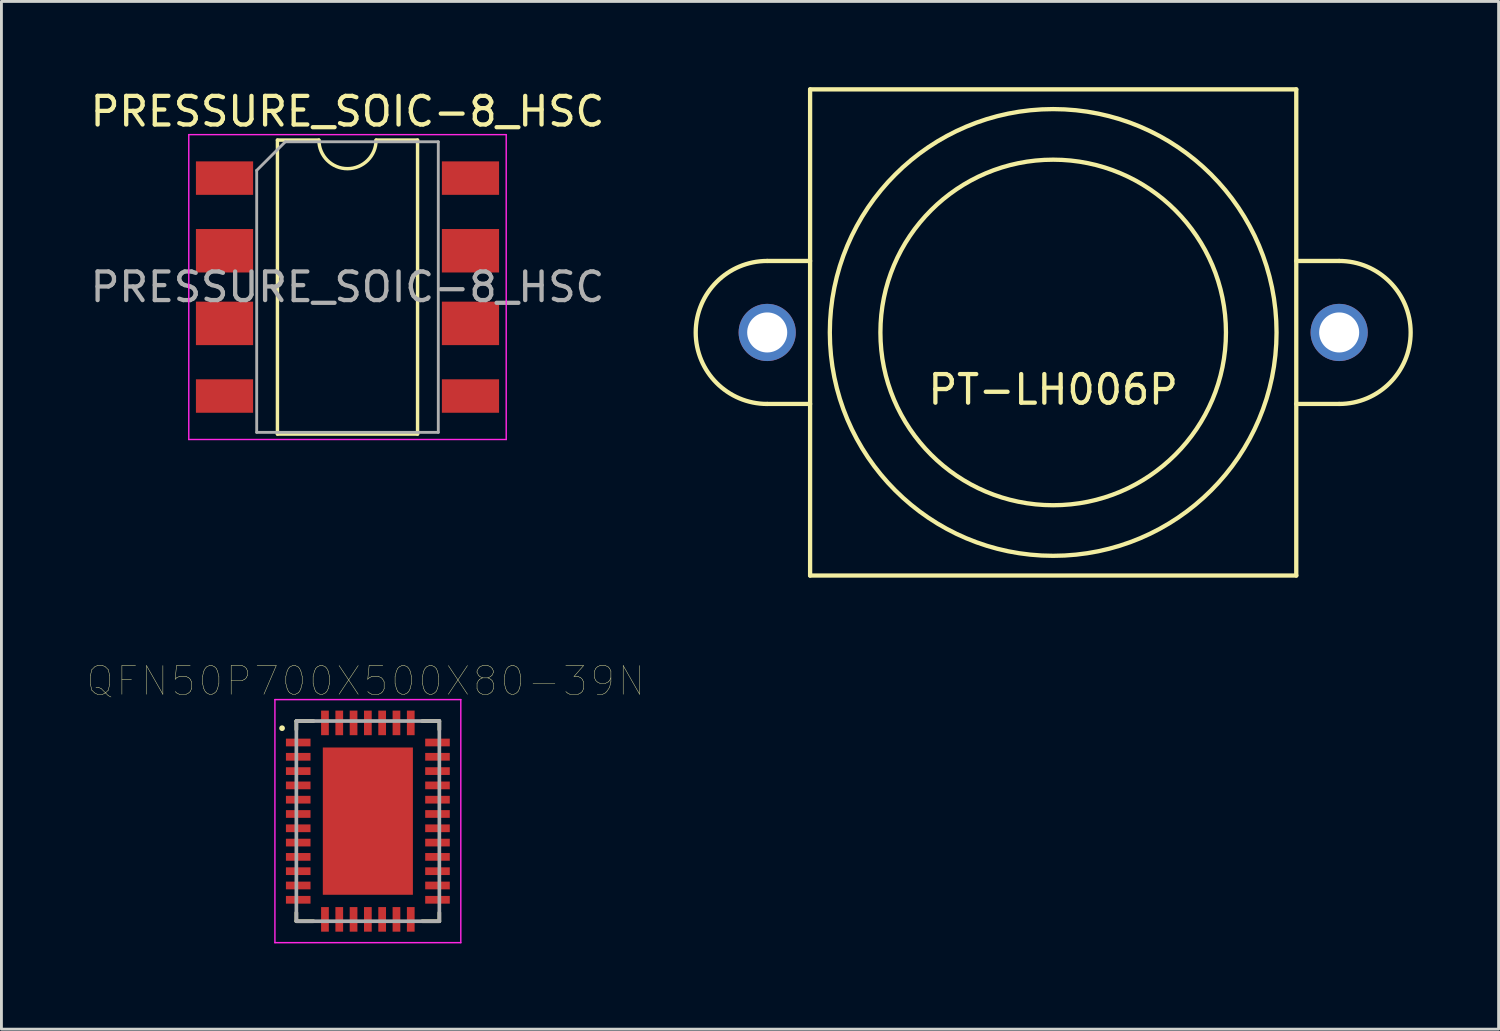
<source format=kicad_pcb>
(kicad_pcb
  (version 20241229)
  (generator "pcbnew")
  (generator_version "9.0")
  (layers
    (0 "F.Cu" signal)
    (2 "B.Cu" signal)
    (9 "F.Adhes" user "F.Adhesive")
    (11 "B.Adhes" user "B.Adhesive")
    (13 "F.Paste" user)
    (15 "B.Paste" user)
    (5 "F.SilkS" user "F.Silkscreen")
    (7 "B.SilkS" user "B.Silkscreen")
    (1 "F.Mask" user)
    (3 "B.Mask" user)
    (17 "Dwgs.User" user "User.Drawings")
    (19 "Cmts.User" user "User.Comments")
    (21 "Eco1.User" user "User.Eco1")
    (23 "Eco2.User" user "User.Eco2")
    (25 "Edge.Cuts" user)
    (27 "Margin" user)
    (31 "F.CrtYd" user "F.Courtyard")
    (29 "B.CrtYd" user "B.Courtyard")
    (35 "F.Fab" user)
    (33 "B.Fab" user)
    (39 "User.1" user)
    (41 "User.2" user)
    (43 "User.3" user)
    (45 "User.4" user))
  (footprint "QFN50P700X500X80-39N"
    (layer "F.Cu")
    (at 9.813 25.663)
    (property "Reference" "QFN50P700X500X80-39N" (at -0.075 -4.9 0) (layer "F.SilkS") (effects (font (size 1.003 1.003) (thickness 0.015))))
    (attr through_hole)
    (fp_line (start -2.5 -3.5) (end -2.5 -3.2) (stroke (width 0.127) (type solid)) (layer "F.SilkS"))
    (fp_line (start -2.5 3.2) (end -2.5 3.5) (stroke (width 0.127) (type solid)) (layer "F.SilkS"))
    (fp_line (start -2.5 3.5) (end -1.9 3.5) (stroke (width 0.127) (type solid)) (layer "F.SilkS"))
    (fp_line (start -1.9 -3.5) (end -2.5 -3.5) (stroke (width 0.127) (type solid)) (layer "F.SilkS"))
    (fp_line (start 1.9 -3.5) (end 2.5 -3.5) (stroke (width 0.127) (type solid)) (layer "F.SilkS"))
    (fp_line (start 1.9 3.5) (end 2.5 3.5) (stroke (width 0.127) (type solid)) (layer "F.SilkS"))
    (fp_line (start 2.5 -3.5) (end 2.5 -3.2) (stroke (width 0.127) (type solid)) (layer "F.SilkS"))
    (fp_line (start 2.5 3.5) (end 2.5 3.2) (stroke (width 0.127) (type solid)) (layer "F.SilkS"))
    (fp_circle (center -3 -3.25) (end -2.95 -3.25) (stroke (width 0.1) (type solid)) (fill no) (layer "F.SilkS"))
    (fp_poly (pts (xy -1.004 -1.63) (xy 1 -1.63) (xy 1 1.637) (xy -1.004 1.637)) (stroke (width 0.01) (type solid)) (fill yes) (layer "F.Paste"))
    (fp_line (start -3.25 -4.25) (end 3.25 -4.25) (stroke (width 0.05) (type solid)) (layer "F.CrtYd"))
    (fp_line (start -3.25 4.25) (end -3.25 -4.25) (stroke (width 0.05) (type solid)) (layer "F.CrtYd"))
    (fp_line (start 3.25 -4.25) (end 3.25 4.25) (stroke (width 0.05) (type solid)) (layer "F.CrtYd"))
    (fp_line (start 3.25 4.25) (end -3.25 4.25) (stroke (width 0.05) (type solid)) (layer "F.CrtYd"))
    (fp_line (start -2.5 -3.5) (end 2.5 -3.5) (stroke (width 0.127) (type solid)) (layer "F.Fab"))
    (fp_line (start -2.5 3.5) (end -2.5 -3.5) (stroke (width 0.127) (type solid)) (layer "F.Fab"))
    (fp_line (start 2.5 -3.5) (end 2.5 3.5) (stroke (width 0.127) (type solid)) (layer "F.Fab"))
    (fp_line (start 2.5 3.5) (end -2.5 3.5) (stroke (width 0.127) (type solid)) (layer "F.Fab"))
    (pad "1" smd rect (at -2.435 -2.75) (size 0.86 0.27) (layers "F.Cu" "F.Mask" "F.Paste"))
    (pad "2" smd rect (at -2.435 -2.25) (size 0.86 0.27) (layers "F.Cu" "F.Mask" "F.Paste"))
    (pad "3" smd rect (at -2.435 -1.75) (size 0.86 0.27) (layers "F.Cu" "F.Mask" "F.Paste"))
    (pad "4" smd rect (at -2.435 -1.25) (size 0.86 0.27) (layers "F.Cu" "F.Mask" "F.Paste"))
    (pad "5" smd rect (at -2.435 -0.75) (size 0.86 0.27) (layers "F.Cu" "F.Mask" "F.Paste"))
    (pad "6" smd rect (at -2.435 -0.25) (size 0.86 0.27) (layers "F.Cu" "F.Mask" "F.Paste"))
    (pad "7" smd rect (at -2.435 0.25) (size 0.86 0.27) (layers "F.Cu" "F.Mask" "F.Paste"))
    (pad "8" smd rect (at -2.435 0.75) (size 0.86 0.27) (layers "F.Cu" "F.Mask" "F.Paste"))
    (pad "9" smd rect (at -2.435 1.25) (size 0.86 0.27) (layers "F.Cu" "F.Mask" "F.Paste"))
    (pad "10" smd rect (at -2.435 1.75) (size 0.86 0.27) (layers "F.Cu" "F.Mask" "F.Paste"))
    (pad "11" smd rect (at -2.435 2.25) (size 0.86 0.27) (layers "F.Cu" "F.Mask" "F.Paste"))
    (pad "12" smd rect (at -2.435 2.75) (size 0.86 0.27) (layers "F.Cu" "F.Mask" "F.Paste"))
    (pad "13" smd rect (at -1.5 3.435) (size 0.27 0.86) (layers "F.Cu" "F.Mask" "F.Paste"))
    (pad "14" smd rect (at -1 3.435) (size 0.27 0.86) (layers "F.Cu" "F.Mask" "F.Paste"))
    (pad "15" smd rect (at -0.5 3.435) (size 0.27 0.86) (layers "F.Cu" "F.Mask" "F.Paste"))
    (pad "16" smd rect (at 0 3.435) (size 0.27 0.86) (layers "F.Cu" "F.Mask" "F.Paste"))
    (pad "17" smd rect (at 0.5 3.435) (size 0.27 0.86) (layers "F.Cu" "F.Mask" "F.Paste"))
    (pad "18" smd rect (at 1 3.435) (size 0.27 0.86) (layers "F.Cu" "F.Mask" "F.Paste"))
    (pad "19" smd rect (at 1.5 3.435) (size 0.27 0.86) (layers "F.Cu" "F.Mask" "F.Paste"))
    (pad "20" smd rect (at 2.435 2.75) (size 0.86 0.27) (layers "F.Cu" "F.Mask" "F.Paste"))
    (pad "21" smd rect (at 2.435 2.25) (size 0.86 0.27) (layers "F.Cu" "F.Mask" "F.Paste"))
    (pad "22" smd rect (at 2.435 1.75) (size 0.86 0.27) (layers "F.Cu" "F.Mask" "F.Paste"))
    (pad "23" smd rect (at 2.435 1.25) (size 0.86 0.27) (layers "F.Cu" "F.Mask" "F.Paste"))
    (pad "24" smd rect (at 2.435 0.75) (size 0.86 0.27) (layers "F.Cu" "F.Mask" "F.Paste"))
    (pad "25" smd rect (at 2.435 0.25) (size 0.86 0.27) (layers "F.Cu" "F.Mask" "F.Paste"))
    (pad "26" smd rect (at 2.435 -0.25) (size 0.86 0.27) (layers "F.Cu" "F.Mask" "F.Paste"))
    (pad "27" smd rect (at 2.435 -0.75) (size 0.86 0.27) (layers "F.Cu" "F.Mask" "F.Paste"))
    (pad "28" smd rect (at 2.435 -1.25) (size 0.86 0.27) (layers "F.Cu" "F.Mask" "F.Paste"))
    (pad "29" smd rect (at 2.435 -1.75) (size 0.86 0.27) (layers "F.Cu" "F.Mask" "F.Paste"))
    (pad "30" smd rect (at 2.435 -2.25) (size 0.86 0.27) (layers "F.Cu" "F.Mask" "F.Paste"))
    (pad "31" smd rect (at 2.435 -2.75) (size 0.86 0.27) (layers "F.Cu" "F.Mask" "F.Paste"))
    (pad "32" smd rect (at 1.5 -3.435) (size 0.27 0.86) (layers "F.Cu" "F.Mask" "F.Paste"))
    (pad "33" smd rect (at 1 -3.435) (size 0.27 0.86) (layers "F.Cu" "F.Mask" "F.Paste"))
    (pad "34" smd rect (at 0.5 -3.435) (size 0.27 0.86) (layers "F.Cu" "F.Mask" "F.Paste"))
    (pad "35" smd rect (at 0 -3.435) (size 0.27 0.86) (layers "F.Cu" "F.Mask" "F.Paste"))
    (pad "36" smd rect (at -0.5 -3.435) (size 0.27 0.86) (layers "F.Cu" "F.Mask" "F.Paste"))
    (pad "37" smd rect (at -1 -3.435) (size 0.27 0.86) (layers "F.Cu" "F.Mask" "F.Paste"))
    (pad "38" smd rect (at -1.5 -3.435) (size 0.27 0.86) (layers "F.Cu" "F.Mask" "F.Paste"))
    (pad "39" smd rect (at 0 0) (size 3.15 5.15) (layers "F.Cu" "F.Mask")))
  (footprint "PT-LH006P"
    (layer "F.Cu")
    (at 33.777 8.575)
    (property "Reference" "PT-LH006P" (at 0 2 0) (layer "F.SilkS") (effects (font (size 1 1) (thickness 0.15))))
    (attr through_hole)
    (fp_line (start -10 -2.5) (end -8.5 -2.5) (stroke (width 0.15) (type solid)) (layer "F.SilkS"))
    (fp_line (start -10 2.5) (end -8.5 2.5) (stroke (width 0.15) (type solid)) (layer "F.SilkS"))
    (fp_line (start -8.5 -8.5) (end 8.5 -8.5) (stroke (width 0.15) (type solid)) (layer "F.SilkS"))
    (fp_line (start -8.5 8.5) (end -8.5 -8.5) (stroke (width 0.15) (type solid)) (layer "F.SilkS"))
    (fp_line (start 8.5 -8.5) (end 8.5 8.5) (stroke (width 0.15) (type solid)) (layer "F.SilkS"))
    (fp_line (start 8.5 8.5) (end -8.5 8.5) (stroke (width 0.15) (type solid)) (layer "F.SilkS"))
    (fp_line (start 10 -2.5) (end 8.5 -2.5) (stroke (width 0.15) (type solid)) (layer "F.SilkS"))
    (fp_line (start 10 2.5) (end 8.5 2.5) (stroke (width 0.15) (type solid)) (layer "F.SilkS"))
    (fp_arc (start -10 2.5) (mid -12.5 0) (end -10 -2.5) (stroke (width 0.15) (type solid)) (layer "F.SilkS"))
    (fp_arc (start 10 -2.5) (mid 12.5 0) (end 10 2.5) (stroke (width 0.15) (type solid)) (layer "F.SilkS"))
    (fp_circle (center 0 0) (end 5 6) (stroke (width 0.15) (type solid)) (fill no) (layer "F.SilkS"))
    (fp_circle (center 0 0) (end 5.5 2.5) (stroke (width 0.15) (type solid)) (fill no) (layer "F.SilkS"))
    (pad "" np_thru_hole circle (at -10 0) (size 2 2) (drill 1.4) (layers "*.Cu" "*.Mask"))
    (pad "" np_thru_hole circle (at 10 0) (size 2 2) (drill 1.4) (layers "*.Cu" "*.Mask")))
  (footprint "PRESSURE_SOIC-8_HSC"
    (layer "F.Cu")
    (at 9.101 6.988)
    (property "Reference" "PRESSURE_SOIC-8_HSC" (at 0 -6.14 0) (layer "F.SilkS") (effects (font (size 1 1) (thickness 0.15))))
    (attr smd)
    (fp_line (start -2.45 -5.14) (end -2.45 5.14) (stroke (width 0.12) (type solid)) (layer "F.SilkS"))
    (fp_line (start -2.45 5.14) (end 2.45 5.14) (stroke (width 0.12) (type solid)) (layer "F.SilkS"))
    (fp_line (start -1 -5.14) (end -2.45 -5.14) (stroke (width 0.12) (type solid)) (layer "F.SilkS"))
    (fp_line (start 2.45 -5.14) (end 1 -5.14) (stroke (width 0.12) (type solid)) (layer "F.SilkS"))
    (fp_line (start 2.45 5.14) (end 2.45 -5.14) (stroke (width 0.12) (type solid)) (layer "F.SilkS"))
    (fp_arc (start 1 -5.14) (mid 0 -4.14) (end -1 -5.14) (stroke (width 0.12) (type solid)) (layer "F.SilkS"))
    (fp_line (start -5.55 -5.33) (end -5.55 5.33) (stroke (width 0.05) (type solid)) (layer "F.CrtYd"))
    (fp_line (start -5.55 -5.33) (end 5.55 -5.33) (stroke (width 0.05) (type solid)) (layer "F.CrtYd"))
    (fp_line (start 5.55 5.33) (end -5.55 5.33) (stroke (width 0.05) (type solid)) (layer "F.CrtYd"))
    (fp_line (start 5.55 5.33) (end 5.55 -5.33) (stroke (width 0.05) (type solid)) (layer "F.CrtYd"))
    (fp_line (start -3.175 -4.08) (end -2.175 -5.08) (stroke (width 0.1) (type solid)) (layer "F.Fab"))
    (fp_line (start -3.175 5.08) (end -3.175 -4.08) (stroke (width 0.1) (type solid)) (layer "F.Fab"))
    (fp_line (start -2.175 -5.08) (end 3.175 -5.08) (stroke (width 0.1) (type solid)) (layer "F.Fab"))
    (fp_line (start 3.175 -5.08) (end 3.175 5.08) (stroke (width 0.1) (type solid)) (layer "F.Fab"))
    (fp_line (start 3.175 5.08) (end -3.175 5.08) (stroke (width 0.1) (type solid)) (layer "F.Fab"))
    (fp_text user "${REFERENCE}" (at 0 0 0) (layer "F.Fab") (effects (font (size 1 1) (thickness 0.15))))
    (pad "1" smd rect (at -4.3 -3.81) (size 2 1.17) (layers "F.Cu" "F.Mask" "F.Paste"))
    (pad "2" smd rect (at -4.3 -1.27) (size 2 1.52) (layers "F.Cu" "F.Mask" "F.Paste"))
    (pad "3" smd rect (at -4.3 1.27) (size 2 1.52) (layers "F.Cu" "F.Mask" "F.Paste"))
    (pad "4" smd rect (at -4.3 3.81) (size 2 1.17) (layers "F.Cu" "F.Mask" "F.Paste"))
    (pad "5" smd rect (at 4.3 3.81) (size 2 1.17) (layers "F.Cu" "F.Mask" "F.Paste"))
    (pad "6" smd rect (at 4.3 1.27) (size 2 1.52) (layers "F.Cu" "F.Mask" "F.Paste"))
    (pad "7" smd rect (at 4.3 -1.27) (size 2 1.52) (layers "F.Cu" "F.Mask" "F.Paste"))
    (pad "8" smd rect (at 4.3 -3.81) (size 2 1.17) (layers "F.Cu" "F.Mask" "F.Paste")))
  (gr_rect
    (start -3 -3)
    (end 49.352 32.938)
    (stroke (width 0.1) (type default))
    (fill no)
    (layer "Edge.Cuts")))
</source>
